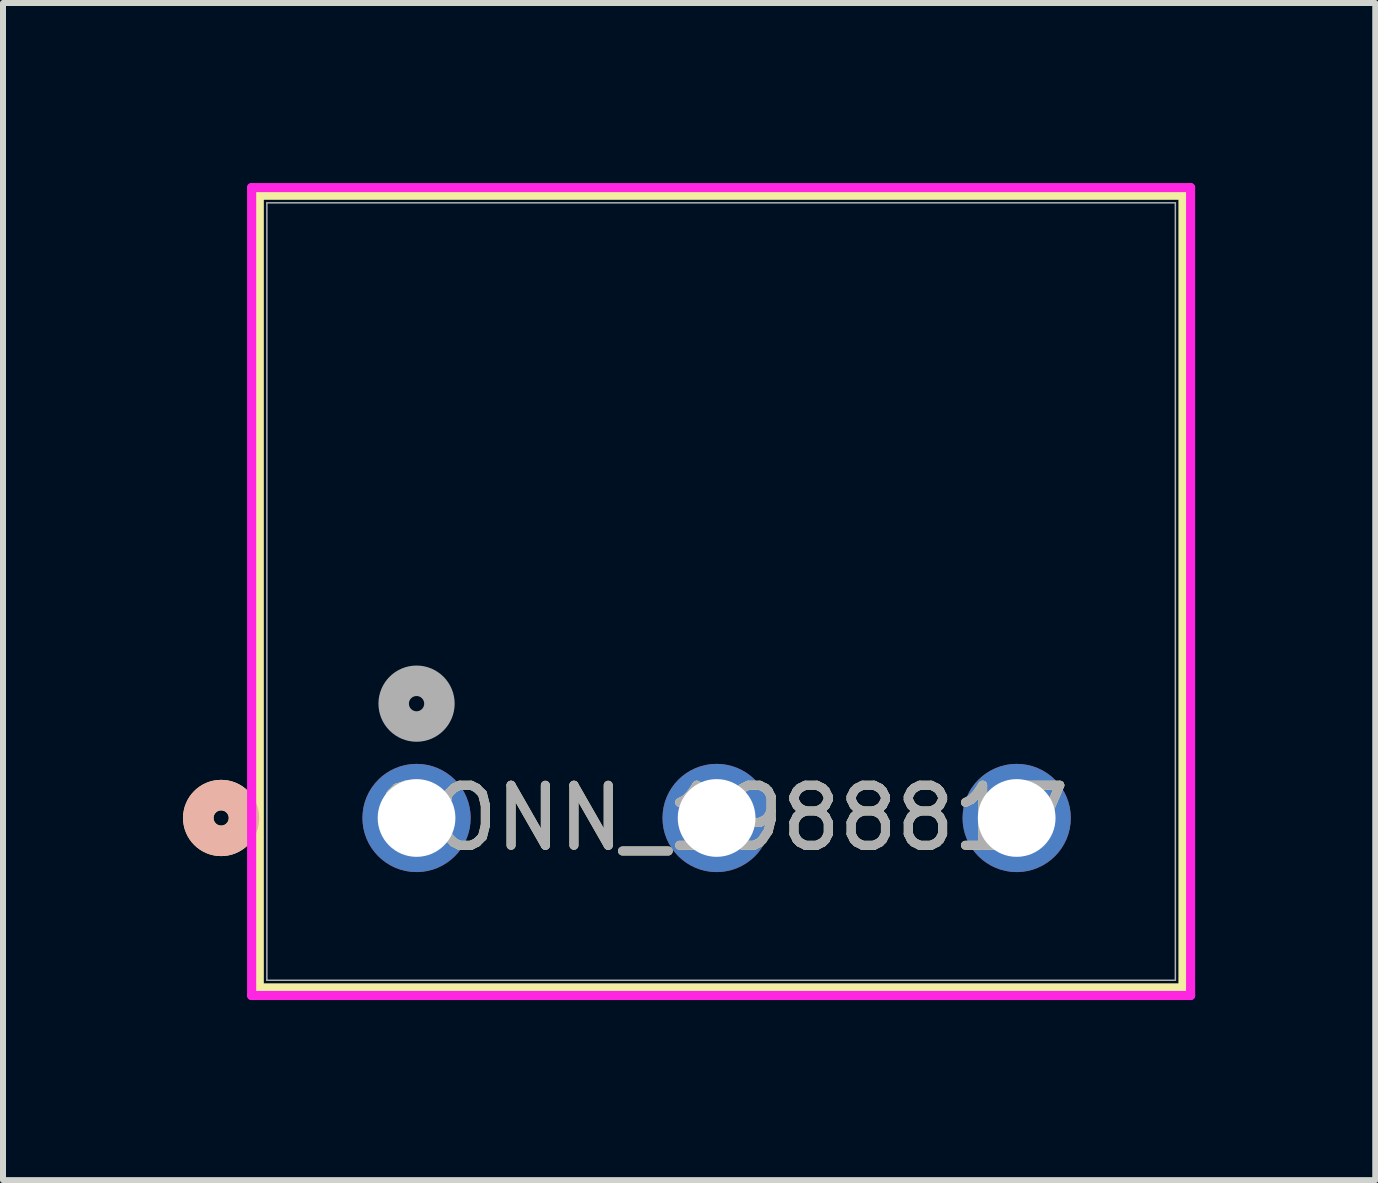
<source format=kicad_pcb>
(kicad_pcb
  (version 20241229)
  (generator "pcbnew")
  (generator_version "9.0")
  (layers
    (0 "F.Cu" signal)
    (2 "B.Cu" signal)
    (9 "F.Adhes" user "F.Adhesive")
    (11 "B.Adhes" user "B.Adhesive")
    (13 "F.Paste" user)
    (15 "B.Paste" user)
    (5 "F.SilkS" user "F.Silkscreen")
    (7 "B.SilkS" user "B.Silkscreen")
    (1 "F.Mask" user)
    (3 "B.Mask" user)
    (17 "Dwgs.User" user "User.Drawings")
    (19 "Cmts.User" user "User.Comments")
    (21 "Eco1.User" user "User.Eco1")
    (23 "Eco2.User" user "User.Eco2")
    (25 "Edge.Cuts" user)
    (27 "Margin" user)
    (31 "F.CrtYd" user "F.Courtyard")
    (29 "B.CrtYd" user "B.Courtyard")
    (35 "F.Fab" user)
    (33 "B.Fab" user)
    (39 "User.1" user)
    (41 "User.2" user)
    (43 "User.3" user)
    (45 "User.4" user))
  (footprint "CONN_1988817"
    (layer "F.Cu")
    (at 14.041 10.58)
    (property "Reference" "CONN_1988817" (at -5.075 0 0) (unlocked yes) (layer "F.SilkS") (effects (font (size 1 1) (thickness 0.15))))
    (attr through_hole)
    (fp_line (start -12.771 -10.377) (end -12.771 2.831) (stroke (width 0.152) (type solid)) (layer "F.SilkS"))
    (fp_line (start -12.771 2.831) (end 2.621 2.831) (stroke (width 0.152) (type solid)) (layer "F.SilkS"))
    (fp_line (start 2.621 -10.377) (end -12.771 -10.377) (stroke (width 0.152) (type solid)) (layer "F.SilkS"))
    (fp_line (start 2.621 2.831) (end 2.621 -10.377) (stroke (width 0.152) (type solid)) (layer "F.SilkS"))
    (fp_circle (center -13.406 0) (end -13.025 0) (stroke (width 0.508) (type solid)) (fill no) (layer "F.SilkS"))
    (fp_circle (center -13.406 0) (end -13.025 0) (stroke (width 0.508) (type solid)) (fill no) (layer "B.SilkS"))
    (fp_line (start -12.898 -10.504) (end -12.898 2.958) (stroke (width 0.152) (type solid)) (layer "F.CrtYd"))
    (fp_line (start -12.898 2.958) (end 2.748 2.958) (stroke (width 0.152) (type solid)) (layer "F.CrtYd"))
    (fp_line (start 2.748 -10.504) (end -12.898 -10.504) (stroke (width 0.152) (type solid)) (layer "F.CrtYd"))
    (fp_line (start 2.748 2.958) (end 2.748 -10.504) (stroke (width 0.152) (type solid)) (layer "F.CrtYd"))
    (fp_line (start -12.644 -10.25) (end -12.644 2.704) (stroke (width 0.025) (type solid)) (layer "F.Fab"))
    (fp_line (start -12.644 2.704) (end 2.494 2.704) (stroke (width 0.025) (type solid)) (layer "F.Fab"))
    (fp_line (start 2.494 -10.25) (end -12.644 -10.25) (stroke (width 0.025) (type solid)) (layer "F.Fab"))
    (fp_line (start 2.494 2.704) (end 2.494 -10.25) (stroke (width 0.025) (type solid)) (layer "F.Fab"))
    (fp_circle (center -10.15 -1.905) (end -9.769 -1.905) (stroke (width 0.508) (type solid)) (fill no) (layer "F.Fab"))
    (fp_text user "${REFERENCE}" (at -5.075 0 0) (unlocked yes) (layer "F.Fab") (effects (font (size 1 1) (thickness 0.15))))
    (pad "1" thru_hole circle (at -10.15 0) (size 1.803 1.803) (drill 1.295) (layers "*.Cu" "*.Mask"))
    (pad "2" thru_hole circle (at -5.15 0) (size 1.803 1.803) (drill 1.295) (layers "*.Cu" "*.Mask"))
    (pad "3" thru_hole circle (at -0.15 0) (size 1.803 1.803) (drill 1.295) (layers "*.Cu" "*.Mask")))
  (gr_rect
    (start -3 -3)
    (end 19.866 16.614)
    (stroke (width 0.1) (type default))
    (fill no)
    (layer "Edge.Cuts")))
</source>
